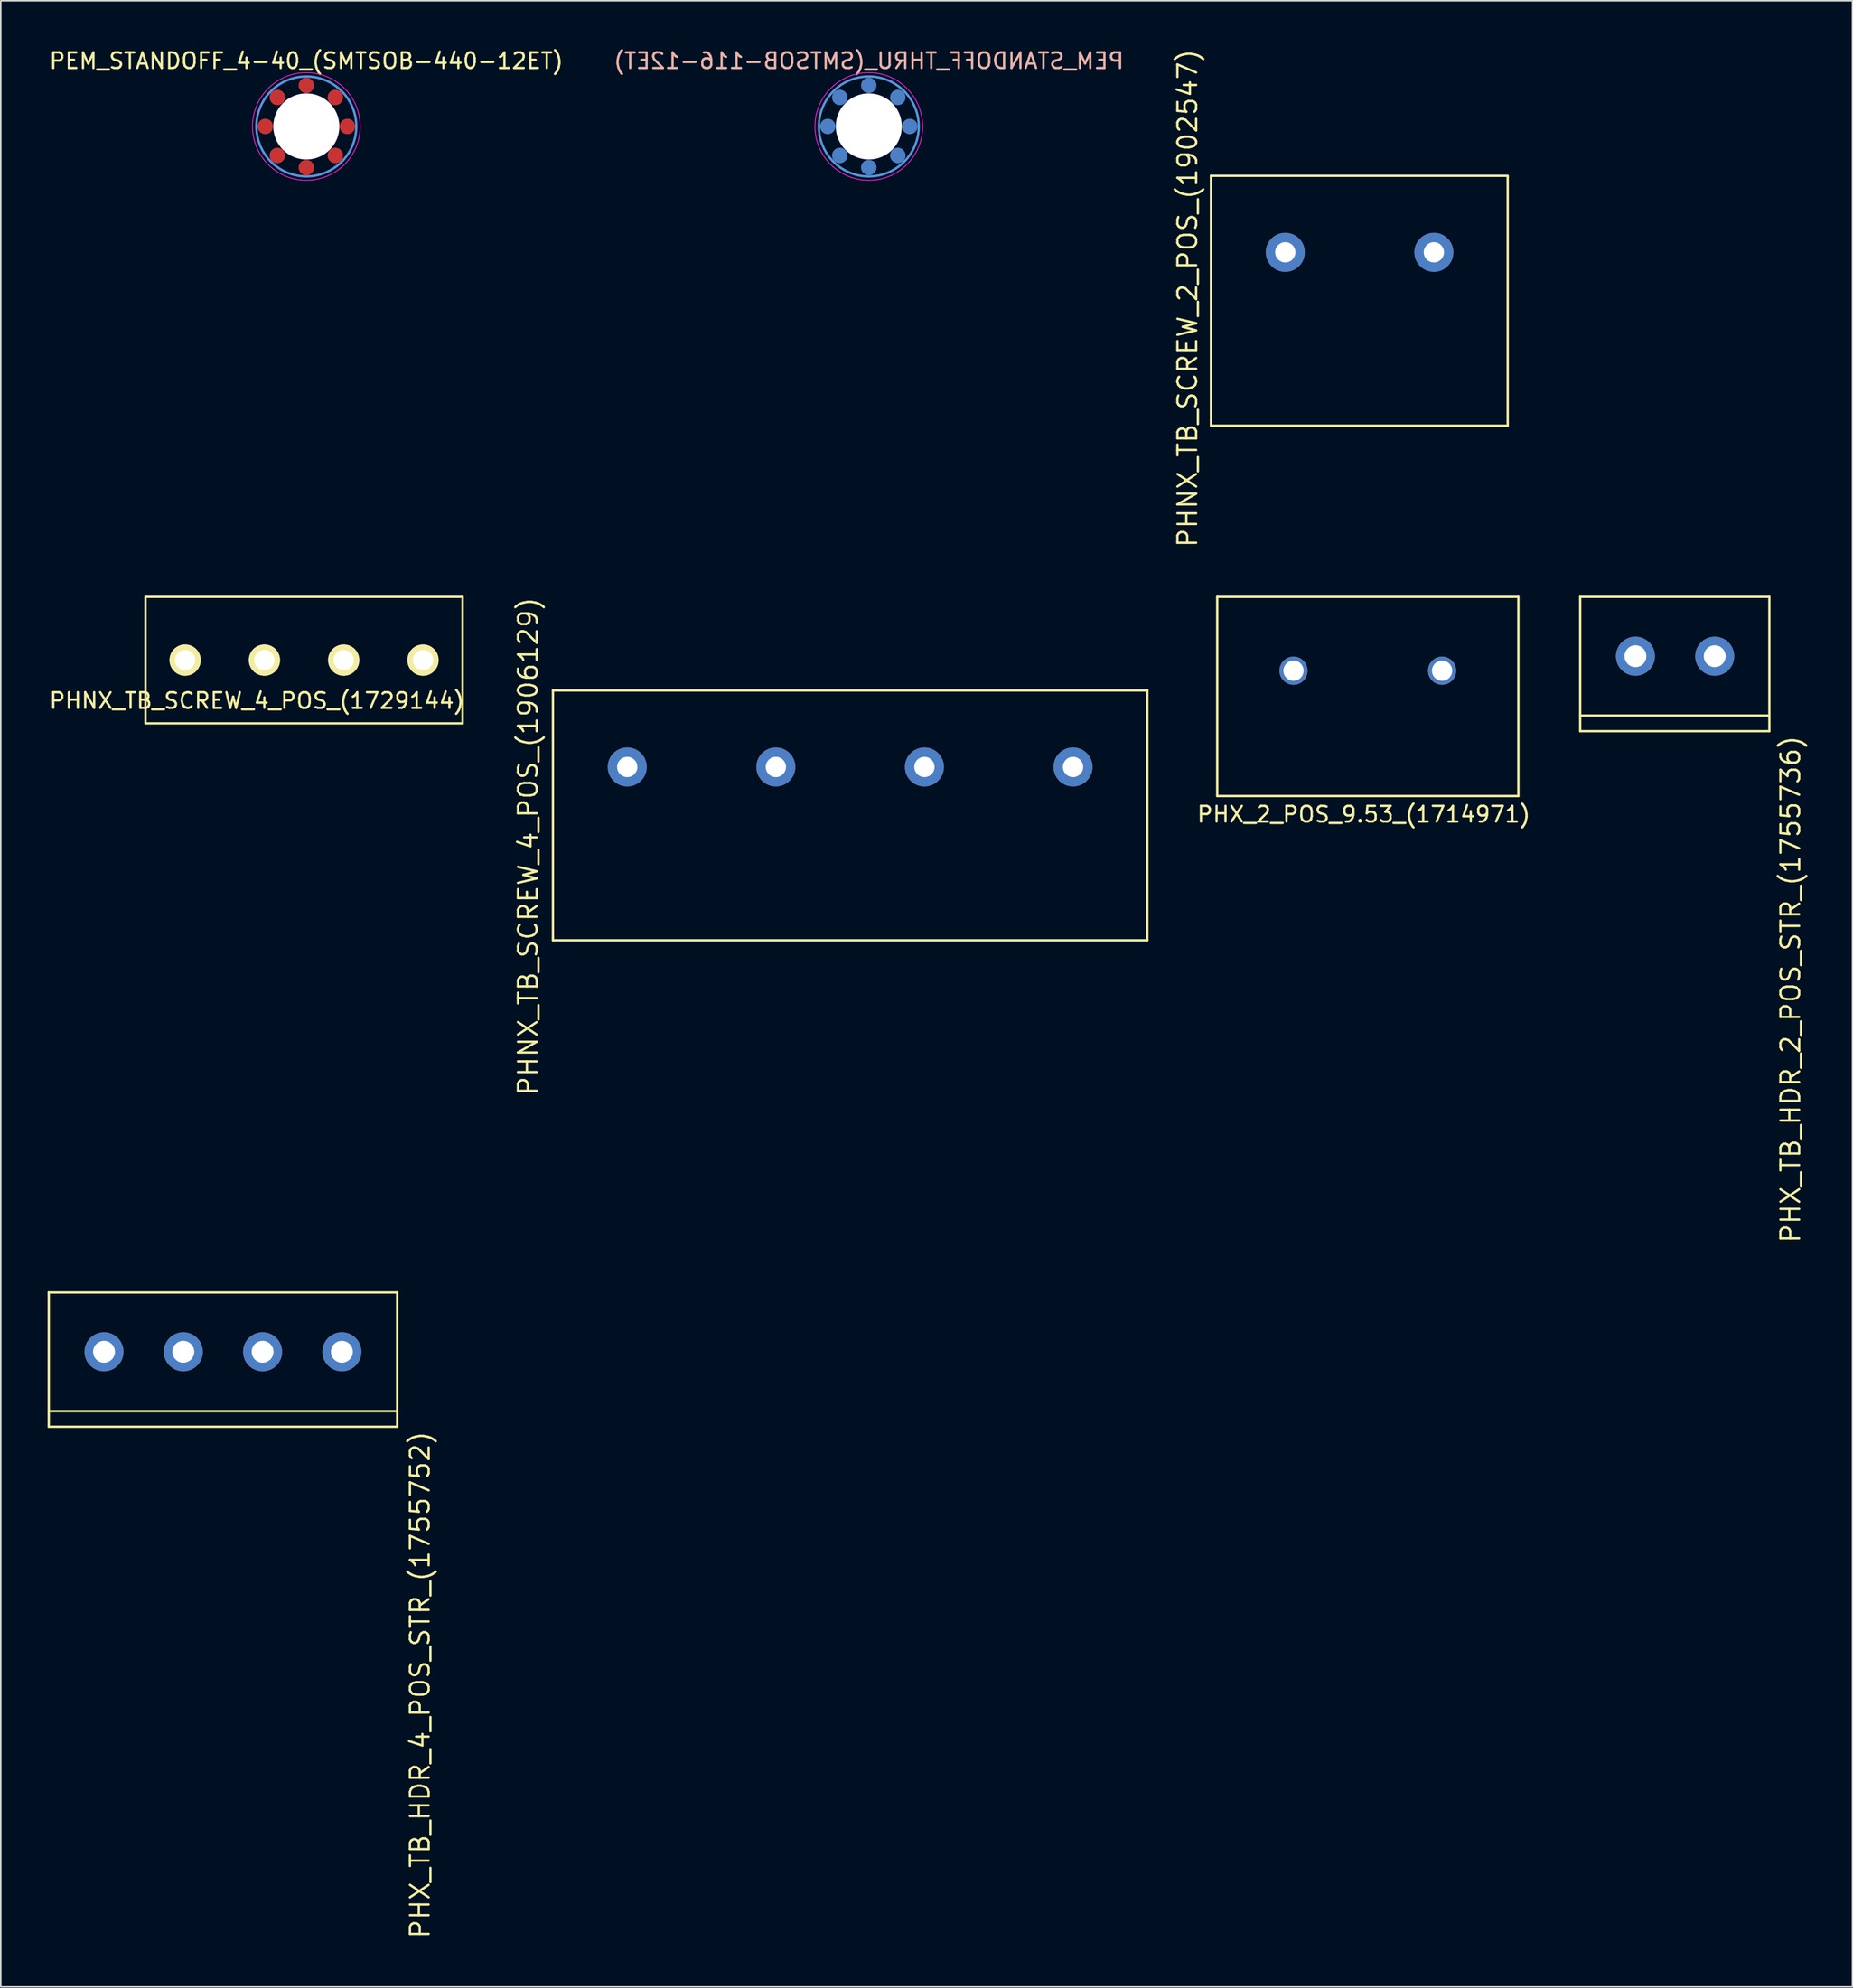
<source format=kicad_pcb>
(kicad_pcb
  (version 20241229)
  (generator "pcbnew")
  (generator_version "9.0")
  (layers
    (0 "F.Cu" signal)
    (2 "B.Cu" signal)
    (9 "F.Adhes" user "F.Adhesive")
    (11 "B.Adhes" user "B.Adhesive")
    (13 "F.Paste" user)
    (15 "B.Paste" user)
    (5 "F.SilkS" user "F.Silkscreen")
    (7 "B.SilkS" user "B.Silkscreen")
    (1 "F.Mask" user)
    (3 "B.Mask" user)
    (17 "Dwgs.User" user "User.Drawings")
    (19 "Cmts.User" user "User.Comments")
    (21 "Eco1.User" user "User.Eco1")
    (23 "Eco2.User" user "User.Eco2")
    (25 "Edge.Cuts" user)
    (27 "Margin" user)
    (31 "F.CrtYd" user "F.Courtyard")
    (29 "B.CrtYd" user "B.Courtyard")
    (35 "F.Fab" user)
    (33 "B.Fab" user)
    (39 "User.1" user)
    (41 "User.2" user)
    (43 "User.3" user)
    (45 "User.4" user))
  (footprint "PHNX_TB_SCREW_4_POS_(1906129)"
    (layer "F.Cu")
    (at 37.137 46.064)
    (property "Reference" "PHNX_TB_SCREW_4_POS_(1906129)" (at -6.35 5.08 90) (layer "F.SilkS") (effects (font (size 1.2 1.2) (thickness 0.15))))
    (attr through_hole)
    (fp_line (start -4.76 -4.9) (end -4.76 11.1) (stroke (width 0.15) (type solid)) (layer "F.SilkS"))
    (fp_line (start -4.76 -4.9) (end 33.32 -4.9) (stroke (width 0.15) (type solid)) (layer "F.SilkS"))
    (fp_line (start -4.76 11.1) (end 33.32 11.1) (stroke (width 0.15) (type solid)) (layer "F.SilkS"))
    (fp_line (start 33.32 -4.9) (end 33.32 11.1) (stroke (width 0.15) (type solid)) (layer "F.SilkS"))
    (pad "1" thru_hole circle (at 0 0) (size 2.5 2.5) (drill 1.3) (layers "*.Cu" "*.Mask"))
    (pad "2" thru_hole circle (at 9.52 0) (size 2.5 2.5) (drill 1.3) (layers "*.Cu" "*.Mask"))
    (pad "3" thru_hole circle (at 19.04 0) (size 2.5 2.5) (drill 1.3) (layers "*.Cu" "*.Mask"))
    (pad "4" thru_hole circle (at 28.56 0) (size 2.5 2.5) (drill 1.3) (layers "*.Cu" "*.Mask")))
  (footprint "PEM_STANDOFF_4-40_(SMTSOB-440-12ET)"
    (layer "F.Cu")
    (at 16.577 5.048)
    (property "Reference" "PEM_STANDOFF_4-40_(SMTSOB-440-12ET)" (at 0 -4.2 0) (layer "F.SilkS") (effects (font (size 1 1) (thickness 0.15))))
    (attr through_hole)
    (fp_circle (center 0 0) (end 3.2 0) (stroke (width 0.15) (type solid)) (fill no) (layer "Cmts.User"))
    (fp_circle (center 0 0) (end 3.45 0) (stroke (width 0.05) (type solid)) (fill no) (layer "F.CrtYd"))
    (pad "" np_thru_hole circle (at 0 0) (size 4.242 4.242) (drill 4.216) (layers "*.Cu" "*.Mask"))
    (pad "1" smd circle (at 2.629 0) (size 0.991 0.991) (layers "F.Cu" "F.Mask" "F.Paste"))
    (pad "2" smd circle (at 1.859 -1.859) (size 0.991 0.991) (layers "F.Cu" "F.Mask" "F.Paste"))
    (pad "3" smd circle (at 0 -2.629) (size 0.991 0.991) (layers "F.Cu" "F.Mask" "F.Paste"))
    (pad "4" smd circle (at -1.859 -1.859) (size 0.991 0.991) (layers "F.Cu" "F.Mask" "F.Paste"))
    (pad "5" smd circle (at -2.629 0) (size 0.991 0.991) (layers "F.Cu" "F.Mask" "F.Paste"))
    (pad "6" smd circle (at -1.859 1.859) (size 0.991 0.991) (layers "F.Cu" "F.Mask" "F.Paste"))
    (pad "7" smd circle (at 0 2.629) (size 0.991 0.991) (layers "F.Cu" "F.Mask" "F.Paste"))
    (pad "8" smd circle (at 1.859 1.859) (size 0.991 0.991) (layers "F.Cu" "F.Mask" "F.Paste")))
  (footprint "PHX_TB_HDR_2_POS_STR_(1755736)"
    (layer "F.Cu")
    (at 101.73 38.971)
    (property "Reference" "PHX_TB_HDR_2_POS_STR_(1755736)" (at 9.94 5 90) (layer "F.SilkS") (effects (font (size 1.2 1.2) (thickness 0.15)) (justify right)))
    (attr through_hole)
    (fp_line (start -3.54 -3.8) (end -3.54 4.8) (stroke (width 0.15) (type solid)) (layer "F.SilkS"))
    (fp_line (start -3.54 -3.8) (end 8.58 -3.8) (stroke (width 0.15) (type solid)) (layer "F.SilkS"))
    (fp_line (start 8.5 3.8) (end -3.54 3.8) (stroke (width 0.15) (type solid)) (layer "F.SilkS"))
    (fp_line (start 8.58 -3.8) (end 8.58 4.8) (stroke (width 0.15) (type solid)) (layer "F.SilkS"))
    (fp_line (start 8.58 4.8) (end -3.54 4.8) (stroke (width 0.15) (type solid)) (layer "F.SilkS"))
    (pad "1" thru_hole circle (at 0 0) (size 2.5 2.5) (drill 1.4) (layers "*.Cu" "*.Mask"))
    (pad "2" thru_hole circle (at 5.08 0) (size 2.5 2.5) (drill 1.4) (layers "*.Cu" "*.Mask")))
  (footprint "PHNX_TB_SCREW_2_POS_(1902547)"
    (layer "F.Cu")
    (at 79.297 13.108)
    (property "Reference" "PHNX_TB_SCREW_2_POS_(1902547)" (at -6.26 2.94 90) (layer "F.SilkS") (effects (font (size 1.2 1.2) (thickness 0.15))))
    (attr through_hole)
    (fp_line (start -4.76 -4.9) (end -4.76 11.1) (stroke (width 0.15) (type solid)) (layer "F.SilkS"))
    (fp_line (start -4.76 -4.9) (end 14.25 -4.9) (stroke (width 0.15) (type solid)) (layer "F.SilkS"))
    (fp_line (start -4.76 11.1) (end 14.25 11.1) (stroke (width 0.15) (type solid)) (layer "F.SilkS"))
    (fp_line (start 14.25 -4.85) (end 14.25 11.1) (stroke (width 0.15) (type solid)) (layer "F.SilkS"))
    (pad "1" thru_hole circle (at 0 0) (size 2.5 2.5) (drill 1.3) (layers "*.Cu" "*.Mask"))
    (pad "2" thru_hole circle (at 9.52 0) (size 2.5 2.5) (drill 1.3) (layers "*.Cu" "*.Mask")))
  (footprint "PHX_TB_HDR_4_POS_STR_(1755752)"
    (layer "F.Cu")
    (at 3.615 83.513)
    (property "Reference" "PHX_TB_HDR_4_POS_STR_(1755752)" (at 20.25 5 270) (layer "F.SilkS") (effects (font (size 1.2 1.2) (thickness 0.15)) (justify right)))
    (attr through_hole)
    (fp_line (start -3.54 -3.8) (end -3.54 4.8) (stroke (width 0.15) (type solid)) (layer "F.SilkS"))
    (fp_line (start -3.54 -3.8) (end 18.78 -3.8) (stroke (width 0.15) (type solid)) (layer "F.SilkS"))
    (fp_line (start 18.78 -3.8) (end 18.78 4.8) (stroke (width 0.15) (type solid)) (layer "F.SilkS"))
    (fp_line (start 18.78 3.8) (end -3.54 3.8) (stroke (width 0.15) (type solid)) (layer "F.SilkS"))
    (fp_line (start 18.78 4.8) (end -3.54 4.8) (stroke (width 0.15) (type solid)) (layer "F.SilkS"))
    (pad "1" thru_hole circle (at 0 0) (size 2.5 2.5) (drill 1.4) (layers "*.Cu" "*.Mask"))
    (pad "2" thru_hole circle (at 5.08 0) (size 2.5 2.5) (drill 1.4) (layers "*.Cu" "*.Mask"))
    (pad "3" thru_hole circle (at 10.16 0) (size 2.5 2.5) (drill 1.4) (layers "*.Cu" "*.Mask"))
    (pad "4" thru_hole circle (at 15.24 0) (size 2.5 2.5) (drill 1.4) (layers "*.Cu" "*.Mask")))
  (footprint "PHNX_TB_SCREW_4_POS_(1729144)"
    (layer "F.Cu")
    (at 8.811 39.221)
    (property "Reference" "PHNX_TB_SCREW_4_POS_(1729144)" (at 4.6 2.6 180) (layer "F.SilkS") (effects (font (size 1 1) (thickness 0.15))))
    (attr through_hole)
    (fp_line (start -2.54 -4.05) (end -2.54 4.05) (stroke (width 0.15) (type solid)) (layer "F.SilkS"))
    (fp_line (start -2.54 4.05) (end 17.78 4.05) (stroke (width 0.15) (type solid)) (layer "F.SilkS"))
    (fp_line (start 17.78 -4.05) (end -2.54 -4.05) (stroke (width 0.15) (type solid)) (layer "F.SilkS"))
    (fp_line (start 17.78 4.05) (end 17.78 -4.05) (stroke (width 0.15) (type solid)) (layer "F.SilkS"))
    (pad "1" thru_hole circle (at 0 0) (size 2 2) (drill 1.3) (layers "*.Cu" "*.Mask" "F.SilkS"))
    (pad "2" thru_hole circle (at 5.08 0) (size 2 2) (drill 1.3) (layers "*.Cu" "*.Mask" "F.SilkS"))
    (pad "3" thru_hole circle (at 10.16 0) (size 2 2) (drill 1.3) (layers "*.Cu" "*.Mask" "F.SilkS"))
    (pad "4" thru_hole circle (at 15.24 0) (size 2 2) (drill 1.3) (layers "*.Cu" "*.Mask" "F.SilkS")))
  (footprint "PEM_STANDOFF_THRU_(SMTSOB-116-12ET)"
    (layer "F.Cu")
    (at 52.613 5.048)
    (property "Reference" "PEM_STANDOFF_THRU_(SMTSOB-116-12ET)" (at 0 -4.2 180) (layer "B.SilkS") (effects (font (size 1 1) (thickness 0.15)) (justify mirror)))
    (attr through_hole)
    (fp_circle (center 0 0) (end 3.2 0) (stroke (width 0.15) (type solid)) (fill no) (layer "Cmts.User"))
    (fp_circle (center 0 0) (end 3.45 0) (stroke (width 0.05) (type solid)) (fill no) (layer "F.CrtYd"))
    (pad "" np_thru_hole circle (at 0 0) (size 4.242 4.242) (drill 4.216) (layers "*.Cu" "*.Mask"))
    (pad "1" smd circle (at 2.629 0) (size 0.991 0.991) (layers "B.Cu" "B.Mask" "B.Paste"))
    (pad "2" smd circle (at 1.859 1.859) (size 0.991 0.991) (layers "B.Cu" "B.Mask" "B.Paste"))
    (pad "3" smd circle (at 0 2.629) (size 0.991 0.991) (layers "B.Cu" "B.Mask" "B.Paste"))
    (pad "4" smd circle (at -1.859 1.859) (size 0.991 0.991) (layers "B.Cu" "B.Mask" "B.Paste"))
    (pad "5" smd circle (at -2.629 0) (size 0.991 0.991) (layers "B.Cu" "B.Mask" "B.Paste"))
    (pad "6" smd circle (at -1.859 -1.859) (size 0.991 0.991) (layers "B.Cu" "B.Mask" "B.Paste"))
    (pad "7" smd circle (at 0 -2.629) (size 0.991 0.991) (layers "B.Cu" "B.Mask" "B.Paste"))
    (pad "8" smd circle (at 1.859 -1.859) (size 0.991 0.991) (layers "B.Cu" "B.Mask" "B.Paste")))
  (footprint "PHX_2_POS_9.53_(1714971)"
    (layer "F.Cu")
    (at 79.823 39.899)
    (property "Reference" "PHX_2_POS_9.53_(1714971)" (at 4.5 9.2 0) (layer "F.SilkS") (effects (font (size 1 1) (thickness 0.15))))
    (attr through_hole)
    (fp_line (start -4.887 -4.727) (end -4.887 8.027) (stroke (width 0.152) (type solid)) (layer "F.SilkS"))
    (fp_line (start -4.887 8.027) (end 14.407 8.027) (stroke (width 0.152) (type solid)) (layer "F.SilkS"))
    (fp_line (start 14.407 -4.727) (end -4.887 -4.727) (stroke (width 0.152) (type solid)) (layer "F.SilkS"))
    (fp_line (start 14.407 8.027) (end 14.407 -4.727) (stroke (width 0.152) (type solid)) (layer "F.SilkS"))
    (fp_text user "Copyright 2016 Accelerated Designs. All rights reserved." (at 0 0 0) (layer "Cmts.User") (effects (font (size 0.127 0.127) (thickness 0.002))))
    (fp_text user "*" (at 0 0 0) (layer "F.Fab") (effects (font (size 1 1) (thickness 0.15))))
    (pad "1" thru_hole circle (at 0 0) (size 1.803 1.803) (drill 1.295) (layers "*.Cu" "*.Mask"))
    (pad "2" thru_hole circle (at 9.52 0) (size 1.803 1.803) (drill 1.295) (layers "*.Cu" "*.Mask")))
  (gr_rect
    (start -3 -3)
    (end 115.635 124.18)
    (stroke (width 0.1) (type default))
    (fill no)
    (layer "Edge.Cuts")))
</source>
